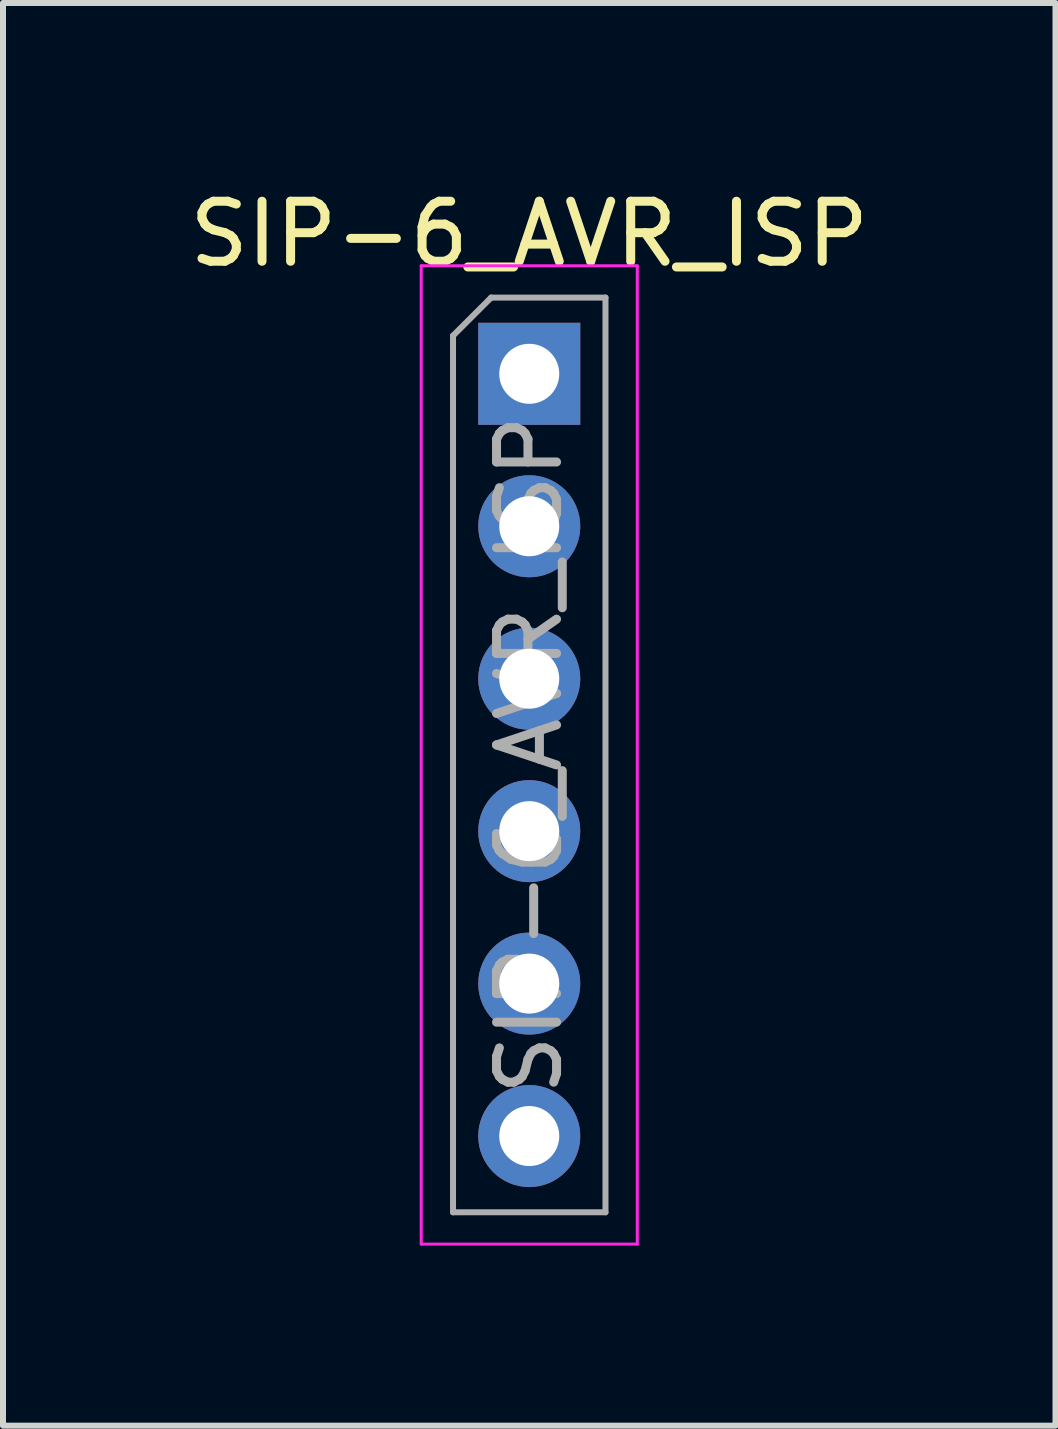
<source format=kicad_pcb>
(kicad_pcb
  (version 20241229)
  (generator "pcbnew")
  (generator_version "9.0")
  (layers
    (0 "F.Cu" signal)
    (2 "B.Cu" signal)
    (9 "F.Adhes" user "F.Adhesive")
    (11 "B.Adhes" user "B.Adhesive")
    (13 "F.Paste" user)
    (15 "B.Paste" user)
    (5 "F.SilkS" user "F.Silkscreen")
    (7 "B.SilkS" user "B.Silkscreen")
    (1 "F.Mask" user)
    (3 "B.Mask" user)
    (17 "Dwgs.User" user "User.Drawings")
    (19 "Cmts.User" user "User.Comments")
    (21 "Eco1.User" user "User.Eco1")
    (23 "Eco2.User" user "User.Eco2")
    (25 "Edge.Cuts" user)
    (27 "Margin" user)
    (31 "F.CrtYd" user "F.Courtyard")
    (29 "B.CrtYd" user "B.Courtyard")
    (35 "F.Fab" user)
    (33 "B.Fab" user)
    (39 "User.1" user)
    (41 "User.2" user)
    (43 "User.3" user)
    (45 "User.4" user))
  (footprint "SIP-6_AVR_ISP"
    (layer "F.Cu")
    (at 5.768 3.178)
    (property "Reference" "SIP-6_AVR_ISP" (at 0 -2.33 0) (layer "F.SilkS") (effects (font (size 1 1) (thickness 0.15))))
    (attr through_hole)
    (fp_line (start -1.8 -1.8) (end -1.8 14.5) (stroke (width 0.05) (type solid)) (layer "F.CrtYd"))
    (fp_line (start -1.8 14.5) (end 1.8 14.5) (stroke (width 0.05) (type solid)) (layer "F.CrtYd"))
    (fp_line (start 1.8 -1.8) (end -1.8 -1.8) (stroke (width 0.05) (type solid)) (layer "F.CrtYd"))
    (fp_line (start 1.8 14.5) (end 1.8 -1.8) (stroke (width 0.05) (type solid)) (layer "F.CrtYd"))
    (fp_line (start -1.27 -0.635) (end -0.635 -1.27) (stroke (width 0.1) (type solid)) (layer "F.Fab"))
    (fp_line (start -1.27 13.97) (end -1.27 -0.635) (stroke (width 0.1) (type solid)) (layer "F.Fab"))
    (fp_line (start -0.635 -1.27) (end 1.27 -1.27) (stroke (width 0.1) (type solid)) (layer "F.Fab"))
    (fp_line (start 1.27 -1.27) (end 1.27 13.97) (stroke (width 0.1) (type solid)) (layer "F.Fab"))
    (fp_line (start 1.27 13.97) (end -1.27 13.97) (stroke (width 0.1) (type solid)) (layer "F.Fab"))
    (fp_text user "${REFERENCE}" (at 0 6.35 90) (layer "F.Fab") (effects (font (size 1 1) (thickness 0.15))))
    (pad "1" thru_hole rect (at 0 0) (size 1.7 1.7) (drill 1) (layers "*.Cu" "*.Mask"))
    (pad "2" thru_hole oval (at 0 2.54) (size 1.7 1.7) (drill 1) (layers "*.Cu" "*.Mask"))
    (pad "3" thru_hole oval (at 0 5.08) (size 1.7 1.7) (drill 1) (layers "*.Cu" "*.Mask"))
    (pad "4" thru_hole oval (at 0 7.62) (size 1.7 1.7) (drill 1) (layers "*.Cu" "*.Mask"))
    (pad "5" thru_hole oval (at 0 10.16) (size 1.7 1.7) (drill 1) (layers "*.Cu" "*.Mask"))
    (pad "6" thru_hole oval (at 0 12.7) (size 1.7 1.7) (drill 1) (layers "*.Cu" "*.Mask")))
  (gr_rect
    (start -3 -3)
    (end 14.536 20.703)
    (stroke (width 0.1) (type default))
    (fill no)
    (layer "Edge.Cuts")))
</source>
